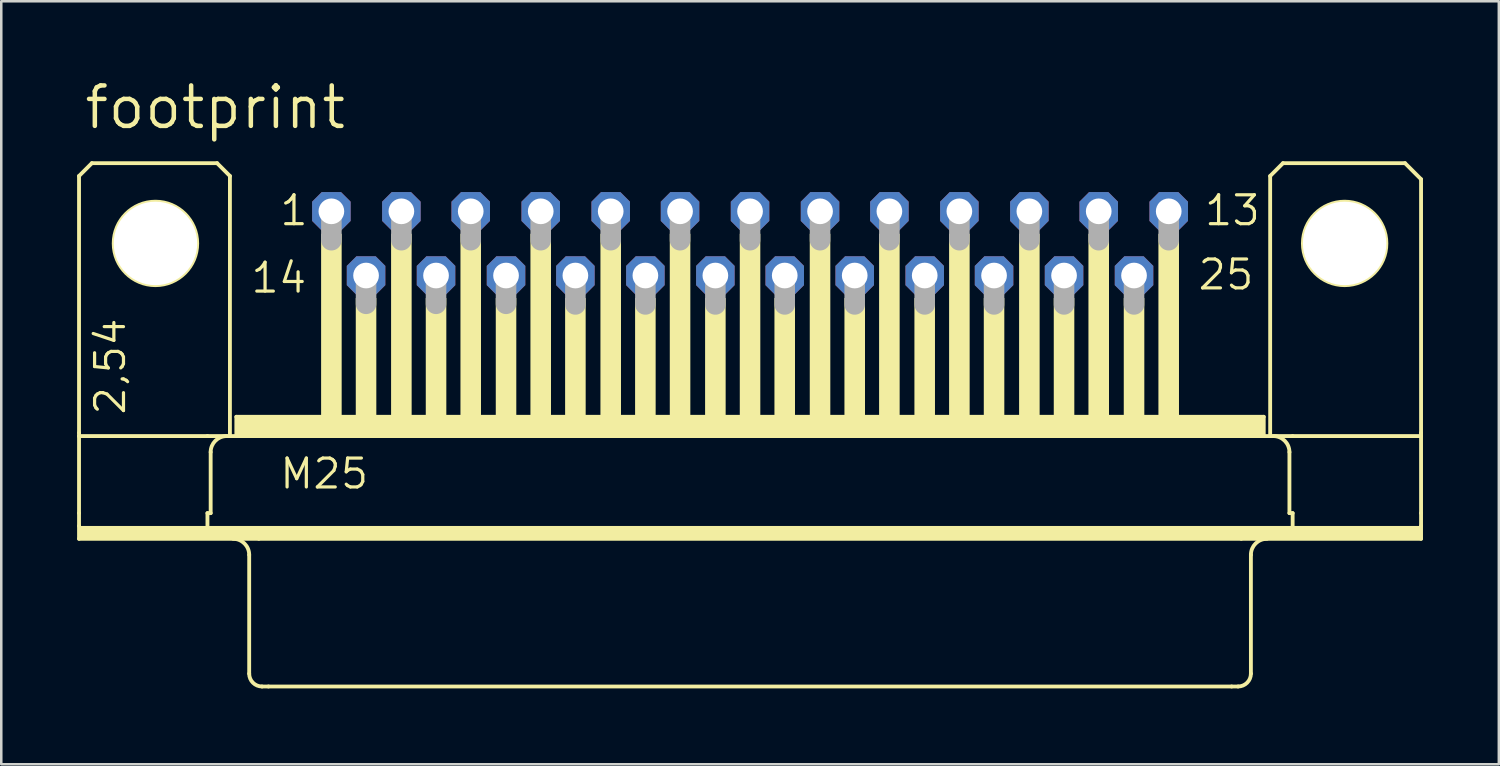
<source format=kicad_pcb>
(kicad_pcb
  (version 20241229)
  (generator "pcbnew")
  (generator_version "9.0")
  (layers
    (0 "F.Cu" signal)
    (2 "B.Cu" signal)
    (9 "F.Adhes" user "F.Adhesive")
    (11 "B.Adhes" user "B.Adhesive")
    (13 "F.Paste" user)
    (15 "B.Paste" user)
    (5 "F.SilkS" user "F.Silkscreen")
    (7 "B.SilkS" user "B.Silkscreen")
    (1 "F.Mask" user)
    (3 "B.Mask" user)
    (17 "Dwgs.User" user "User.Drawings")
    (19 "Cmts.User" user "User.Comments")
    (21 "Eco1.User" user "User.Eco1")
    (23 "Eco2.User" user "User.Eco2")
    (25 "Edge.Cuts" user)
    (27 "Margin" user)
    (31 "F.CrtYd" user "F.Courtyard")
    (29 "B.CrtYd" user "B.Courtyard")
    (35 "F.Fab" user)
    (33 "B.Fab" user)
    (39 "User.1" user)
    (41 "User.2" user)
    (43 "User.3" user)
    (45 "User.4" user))
  (footprint "footprint"
    (layer "F.Cu")
    (at 26.619 6.579)
    (property "Reference" "footprint" (at -26.416 -4.445 0) (layer "F.SilkS") (effects (font (size 1.6 1.6) (thickness 0.178)) (justify left bottom)))
    (fp_line (start -26.543 -2.667) (end -26.543 7.493) (stroke (width 0.152) (type solid)) (layer "F.SilkS"))
    (fp_line (start -26.543 7.62) (end -26.543 7.493) (stroke (width 0.152) (type solid)) (layer "F.SilkS"))
    (fp_line (start -26.543 10.668) (end -26.543 7.62) (stroke (width 0.152) (type solid)) (layer "F.SilkS"))
    (fp_line (start -26.543 11.176) (end -26.543 10.668) (stroke (width 0.152) (type solid)) (layer "F.SilkS"))
    (fp_line (start -26.543 11.684) (end -26.543 11.176) (stroke (width 0.152) (type solid)) (layer "F.SilkS"))
    (fp_line (start -26.035 -3.175) (end -26.543 -2.667) (stroke (width 0.152) (type solid)) (layer "F.SilkS"))
    (fp_line (start -21.463 7.62) (end -26.543 7.62) (stroke (width 0.152) (type solid)) (layer "F.SilkS"))
    (fp_line (start -21.463 10.668) (end -21.463 11.176) (stroke (width 0.152) (type solid)) (layer "F.SilkS"))
    (fp_line (start -21.336 8.255) (end -21.336 10.668) (stroke (width 0.152) (type solid)) (layer "F.SilkS"))
    (fp_line (start -21.336 10.668) (end -21.463 10.668) (stroke (width 0.152) (type solid)) (layer "F.SilkS"))
    (fp_line (start -21.082 -3.175) (end -26.035 -3.175) (stroke (width 0.152) (type solid)) (layer "F.SilkS"))
    (fp_line (start -20.574 -2.667) (end -21.082 -3.175) (stroke (width 0.152) (type solid)) (layer "F.SilkS"))
    (fp_line (start -20.574 -2.667) (end -20.574 7.62) (stroke (width 0.152) (type solid)) (layer "F.SilkS"))
    (fp_line (start -20.574 7.62) (end -21.463 7.62) (stroke (width 0.152) (type solid)) (layer "F.SilkS"))
    (fp_line (start -20.32 7.62) (end -20.574 7.62) (stroke (width 0.152) (type solid)) (layer "F.SilkS"))
    (fp_line (start -20.32 7.62) (end -20.32 6.858) (stroke (width 0.152) (type solid)) (layer "F.SilkS"))
    (fp_line (start -19.812 12.319) (end -19.812 17.018) (stroke (width 0.152) (type solid)) (layer "F.SilkS"))
    (fp_line (start -19.431 11.684) (end -26.543 11.684) (stroke (width 0.152) (type solid)) (layer "F.SilkS"))
    (fp_line (start -19.05 17.526) (end -19.304 17.526) (stroke (width 0.152) (type solid)) (layer "F.SilkS"))
    (fp_line (start 19.05 17.526) (end -19.05 17.526) (stroke (width 0.152) (type solid)) (layer "F.SilkS"))
    (fp_line (start 19.304 17.526) (end 19.05 17.526) (stroke (width 0.152) (type solid)) (layer "F.SilkS"))
    (fp_line (start 19.431 11.684) (end -19.431 11.684) (stroke (width 0.152) (type solid)) (layer "F.SilkS"))
    (fp_line (start 19.812 12.319) (end 19.812 17.018) (stroke (width 0.152) (type solid)) (layer "F.SilkS"))
    (fp_line (start 20.32 6.858) (end -20.32 6.858) (stroke (width 0.152) (type solid)) (layer "F.SilkS"))
    (fp_line (start 20.32 7.62) (end -20.32 7.62) (stroke (width 0.152) (type solid)) (layer "F.SilkS"))
    (fp_line (start 20.32 7.62) (end 20.32 6.858) (stroke (width 0.152) (type solid)) (layer "F.SilkS"))
    (fp_line (start 20.574 -2.667) (end 20.574 7.62) (stroke (width 0.152) (type solid)) (layer "F.SilkS"))
    (fp_line (start 20.574 7.62) (end 20.32 7.62) (stroke (width 0.152) (type solid)) (layer "F.SilkS"))
    (fp_line (start 21.082 -3.175) (end 20.574 -2.667) (stroke (width 0.152) (type solid)) (layer "F.SilkS"))
    (fp_line (start 21.082 -3.175) (end 25.908 -3.175) (stroke (width 0.152) (type solid)) (layer "F.SilkS"))
    (fp_line (start 21.336 8.255) (end 21.336 10.668) (stroke (width 0.152) (type solid)) (layer "F.SilkS"))
    (fp_line (start 21.463 7.62) (end 20.574 7.62) (stroke (width 0.152) (type solid)) (layer "F.SilkS"))
    (fp_line (start 21.463 10.668) (end 21.336 10.668) (stroke (width 0.152) (type solid)) (layer "F.SilkS"))
    (fp_line (start 21.463 10.668) (end 21.463 11.176) (stroke (width 0.152) (type solid)) (layer "F.SilkS"))
    (fp_line (start 25.908 -3.175) (end 26.543 -2.54) (stroke (width 0.152) (type solid)) (layer "F.SilkS"))
    (fp_line (start 26.543 -2.54) (end 26.543 7.493) (stroke (width 0.152) (type solid)) (layer "F.SilkS"))
    (fp_line (start 26.543 7.62) (end 21.463 7.62) (stroke (width 0.152) (type solid)) (layer "F.SilkS"))
    (fp_line (start 26.543 7.62) (end 26.543 7.493) (stroke (width 0.152) (type solid)) (layer "F.SilkS"))
    (fp_line (start 26.543 7.62) (end 26.543 10.668) (stroke (width 0.152) (type solid)) (layer "F.SilkS"))
    (fp_line (start 26.543 10.668) (end 26.543 11.176) (stroke (width 0.152) (type solid)) (layer "F.SilkS"))
    (fp_line (start 26.543 11.176) (end 26.543 11.684) (stroke (width 0.152) (type solid)) (layer "F.SilkS"))
    (fp_line (start 26.543 11.684) (end 19.431 11.684) (stroke (width 0.152) (type solid)) (layer "F.SilkS"))
    (fp_arc (start -21.336 8.255) (mid -21.150013 7.805987) (end -20.701 7.62) (stroke (width 0.1524) (type solid)) (layer "F.SilkS"))
    (fp_arc (start -20.447 11.684) (mid -19.997987 11.869987) (end -19.812 12.319) (stroke (width 0.1524) (type solid)) (layer "F.SilkS"))
    (fp_arc (start -19.304 17.526) (mid -19.66321 17.37721) (end -19.812 17.018) (stroke (width 0.1524) (type solid)) (layer "F.SilkS"))
    (fp_arc (start 19.812 12.319) (mid 19.997987 11.869987) (end 20.447 11.684) (stroke (width 0.1524) (type solid)) (layer "F.SilkS"))
    (fp_arc (start 19.812 17.018) (mid 19.66321 17.37721) (end 19.304 17.526) (stroke (width 0.1524) (type solid)) (layer "F.SilkS"))
    (fp_arc (start 20.701 7.62) (mid 21.150013 7.805987) (end 21.336 8.255) (stroke (width 0.1524) (type solid)) (layer "F.SilkS"))
    (fp_circle (center -23.52 0) (end -21.869 0) (stroke (width 0.152) (type solid)) (fill no) (layer "F.SilkS"))
    (fp_circle (center 23.52 0) (end 25.171 0) (stroke (width 0.152) (type solid)) (fill no) (layer "F.SilkS"))
    (fp_poly (pts (xy -26.543 11.684) (xy 26.543 11.684) (xy 26.543 11.176) (xy -26.543 11.176)) (stroke (width 0) (type solid)) (fill yes) (layer "F.SilkS"))
    (fp_poly (pts (xy -20.32 7.62) (xy 20.32 7.62) (xy 20.32 6.858) (xy -20.32 6.858)) (stroke (width 0) (type solid)) (fill yes) (layer "F.SilkS"))
    (fp_poly (pts (xy -16.967 6.858) (xy -16.154 6.858) (xy -16.154 -0.381) (xy -16.967 -0.381)) (stroke (width 0) (type solid)) (fill yes) (layer "F.SilkS"))
    (fp_poly (pts (xy -15.596 6.858) (xy -14.783 6.858) (xy -14.783 2.159) (xy -15.596 2.159)) (stroke (width 0) (type solid)) (fill yes) (layer "F.SilkS"))
    (fp_poly (pts (xy -14.199 6.858) (xy -13.386 6.858) (xy -13.386 -0.381) (xy -14.199 -0.381)) (stroke (width 0) (type solid)) (fill yes) (layer "F.SilkS"))
    (fp_poly (pts (xy -12.827 6.858) (xy -12.014 6.858) (xy -12.014 2.159) (xy -12.827 2.159)) (stroke (width 0) (type solid)) (fill yes) (layer "F.SilkS"))
    (fp_poly (pts (xy -11.455 6.858) (xy -10.643 6.858) (xy -10.643 -0.381) (xy -11.455 -0.381)) (stroke (width 0) (type solid)) (fill yes) (layer "F.SilkS"))
    (fp_poly (pts (xy -10.058 6.858) (xy -9.246 6.858) (xy -9.246 2.159) (xy -10.058 2.159)) (stroke (width 0) (type solid)) (fill yes) (layer "F.SilkS"))
    (fp_poly (pts (xy -8.687 6.858) (xy -7.874 6.858) (xy -7.874 -0.381) (xy -8.687 -0.381)) (stroke (width 0) (type solid)) (fill yes) (layer "F.SilkS"))
    (fp_poly (pts (xy -7.315 6.858) (xy -6.502 6.858) (xy -6.502 2.159) (xy -7.315 2.159)) (stroke (width 0) (type solid)) (fill yes) (layer "F.SilkS"))
    (fp_poly (pts (xy -5.918 6.858) (xy -5.105 6.858) (xy -5.105 -0.381) (xy -5.918 -0.381)) (stroke (width 0) (type solid)) (fill yes) (layer "F.SilkS"))
    (fp_poly (pts (xy -4.547 6.858) (xy -3.734 6.858) (xy -3.734 2.159) (xy -4.547 2.159)) (stroke (width 0) (type solid)) (fill yes) (layer "F.SilkS"))
    (fp_poly (pts (xy -3.175 6.858) (xy -2.362 6.858) (xy -2.362 -0.381) (xy -3.175 -0.381)) (stroke (width 0) (type solid)) (fill yes) (layer "F.SilkS"))
    (fp_poly (pts (xy -1.778 6.858) (xy -0.965 6.858) (xy -0.965 2.159) (xy -1.778 2.159)) (stroke (width 0) (type solid)) (fill yes) (layer "F.SilkS"))
    (fp_poly (pts (xy -0.406 6.858) (xy 0.406 6.858) (xy 0.406 -0.381) (xy -0.406 -0.381)) (stroke (width 0) (type solid)) (fill yes) (layer "F.SilkS"))
    (fp_poly (pts (xy 0.965 6.858) (xy 1.778 6.858) (xy 1.778 2.159) (xy 0.965 2.159)) (stroke (width 0) (type solid)) (fill yes) (layer "F.SilkS"))
    (fp_poly (pts (xy 2.362 6.858) (xy 3.175 6.858) (xy 3.175 -0.381) (xy 2.362 -0.381)) (stroke (width 0) (type solid)) (fill yes) (layer "F.SilkS"))
    (fp_poly (pts (xy 3.734 6.858) (xy 4.547 6.858) (xy 4.547 2.159) (xy 3.734 2.159)) (stroke (width 0) (type solid)) (fill yes) (layer "F.SilkS"))
    (fp_poly (pts (xy 5.105 6.858) (xy 5.918 6.858) (xy 5.918 -0.381) (xy 5.105 -0.381)) (stroke (width 0) (type solid)) (fill yes) (layer "F.SilkS"))
    (fp_poly (pts (xy 6.502 6.858) (xy 7.315 6.858) (xy 7.315 2.159) (xy 6.502 2.159)) (stroke (width 0) (type solid)) (fill yes) (layer "F.SilkS"))
    (fp_poly (pts (xy 7.874 6.858) (xy 8.687 6.858) (xy 8.687 -0.381) (xy 7.874 -0.381)) (stroke (width 0) (type solid)) (fill yes) (layer "F.SilkS"))
    (fp_poly (pts (xy 9.246 6.858) (xy 10.058 6.858) (xy 10.058 2.159) (xy 9.246 2.159)) (stroke (width 0) (type solid)) (fill yes) (layer "F.SilkS"))
    (fp_poly (pts (xy 10.643 6.858) (xy 11.455 6.858) (xy 11.455 -0.381) (xy 10.643 -0.381)) (stroke (width 0) (type solid)) (fill yes) (layer "F.SilkS"))
    (fp_poly (pts (xy 12.014 6.858) (xy 12.827 6.858) (xy 12.827 2.159) (xy 12.014 2.159)) (stroke (width 0) (type solid)) (fill yes) (layer "F.SilkS"))
    (fp_poly (pts (xy 13.386 6.858) (xy 14.199 6.858) (xy 14.199 -0.381) (xy 13.386 -0.381)) (stroke (width 0) (type solid)) (fill yes) (layer "F.SilkS"))
    (fp_poly (pts (xy 14.783 6.858) (xy 15.596 6.858) (xy 15.596 2.159) (xy 14.783 2.159)) (stroke (width 0) (type solid)) (fill yes) (layer "F.SilkS"))
    (fp_poly (pts (xy 16.154 6.858) (xy 16.967 6.858) (xy 16.967 -0.381) (xy 16.154 -0.381)) (stroke (width 0) (type solid)) (fill yes) (layer "F.SilkS"))
    (fp_line (start -16.561 -1.143) (end -16.561 -0.127) (stroke (width 0.813) (type solid)) (layer "F.Fab"))
    (fp_line (start -15.189 1.372) (end -15.189 2.388) (stroke (width 0.813) (type solid)) (layer "F.Fab"))
    (fp_line (start -13.792 -1.143) (end -13.792 -0.127) (stroke (width 0.813) (type solid)) (layer "F.Fab"))
    (fp_line (start -12.421 1.372) (end -12.421 2.388) (stroke (width 0.813) (type solid)) (layer "F.Fab"))
    (fp_line (start -11.049 -1.143) (end -11.049 -0.127) (stroke (width 0.813) (type solid)) (layer "F.Fab"))
    (fp_line (start -9.652 1.372) (end -9.652 2.388) (stroke (width 0.813) (type solid)) (layer "F.Fab"))
    (fp_line (start -8.28 -1.143) (end -8.28 -0.127) (stroke (width 0.813) (type solid)) (layer "F.Fab"))
    (fp_line (start -6.909 1.397) (end -6.909 2.413) (stroke (width 0.813) (type solid)) (layer "F.Fab"))
    (fp_line (start -5.512 -1.143) (end -5.512 -0.127) (stroke (width 0.813) (type solid)) (layer "F.Fab"))
    (fp_line (start -4.14 1.397) (end -4.14 2.413) (stroke (width 0.813) (type solid)) (layer "F.Fab"))
    (fp_line (start -2.769 -1.143) (end -2.769 -0.127) (stroke (width 0.813) (type solid)) (layer "F.Fab"))
    (fp_line (start -1.372 1.397) (end -1.372 2.413) (stroke (width 0.813) (type solid)) (layer "F.Fab"))
    (fp_line (start 0 -1.143) (end 0 -0.127) (stroke (width 0.813) (type solid)) (layer "F.Fab"))
    (fp_line (start 1.372 1.397) (end 1.372 2.413) (stroke (width 0.813) (type solid)) (layer "F.Fab"))
    (fp_line (start 2.769 -1.143) (end 2.769 -0.127) (stroke (width 0.813) (type solid)) (layer "F.Fab"))
    (fp_line (start 4.14 1.397) (end 4.14 2.413) (stroke (width 0.813) (type solid)) (layer "F.Fab"))
    (fp_line (start 5.512 -1.143) (end 5.512 -0.127) (stroke (width 0.813) (type solid)) (layer "F.Fab"))
    (fp_line (start 6.909 1.397) (end 6.909 2.413) (stroke (width 0.813) (type solid)) (layer "F.Fab"))
    (fp_line (start 8.28 -1.143) (end 8.28 -0.127) (stroke (width 0.813) (type solid)) (layer "F.Fab"))
    (fp_line (start 9.652 1.397) (end 9.652 2.413) (stroke (width 0.813) (type solid)) (layer "F.Fab"))
    (fp_line (start 11.049 -1.143) (end 11.049 -0.127) (stroke (width 0.813) (type solid)) (layer "F.Fab"))
    (fp_line (start 12.421 1.397) (end 12.421 2.413) (stroke (width 0.813) (type solid)) (layer "F.Fab"))
    (fp_line (start 13.792 -1.143) (end 13.792 -0.127) (stroke (width 0.813) (type solid)) (layer "F.Fab"))
    (fp_line (start 15.189 1.397) (end 15.189 2.413) (stroke (width 0.813) (type solid)) (layer "F.Fab"))
    (fp_line (start 16.561 -1.143) (end 16.561 -0.127) (stroke (width 0.813) (type solid)) (layer "F.Fab"))
    (fp_text user "25" (at 17.653 1.905 0) (layer "F.SilkS") (effects (font (size 1.143 1.143) (thickness 0.127)) (justify left bottom)))
    (fp_text user "M25" (at -18.669 9.779 0) (layer "F.SilkS") (effects (font (size 1.143 1.143) (thickness 0.127)) (justify left bottom)))
    (fp_text user "14" (at -19.812 2.032 0) (layer "F.SilkS") (effects (font (size 1.143 1.143) (thickness 0.127)) (justify left bottom)))
    (fp_text user "13" (at 17.907 -0.635 0) (layer "F.SilkS") (effects (font (size 1.143 1.143) (thickness 0.127)) (justify left bottom)))
    (fp_text user "1" (at -18.669 -0.635 0) (layer "F.SilkS") (effects (font (size 1.143 1.143) (thickness 0.127)) (justify left bottom)))
    (fp_text user "2,54" (at -24.638 6.858 90) (layer "F.SilkS") (effects (font (size 1.143 1.143) (thickness 0.127)) (justify left bottom)))
    (pad "" np_thru_hole circle (at -23.52 0) (size 3.302 3.302) (drill 3.302) (layers "*.Cu" "*.Mask"))
    (pad "" np_thru_hole circle (at 23.52 0) (size 3.302 3.302) (drill 3.302) (layers "*.Cu" "*.Mask"))
    (pad "1" thru_hole roundrect (at -16.561 -1.27) (size 1.524 1.524) (drill 1.016) (layers "*.Cu" "*.Mask") (roundrect_rratio 0.25) (chamfer_ratio 0.25) (chamfer top_left top_right bottom_left bottom_right))
    (pad "2" thru_hole roundrect (at -13.792 -1.27) (size 1.524 1.524) (drill 1.016) (layers "*.Cu" "*.Mask") (roundrect_rratio 0.25) (chamfer_ratio 0.25) (chamfer top_left top_right bottom_left bottom_right))
    (pad "3" thru_hole roundrect (at -11.049 -1.27) (size 1.524 1.524) (drill 1.016) (layers "*.Cu" "*.Mask") (roundrect_rratio 0.25) (chamfer_ratio 0.25) (chamfer top_left top_right bottom_left bottom_right))
    (pad "4" thru_hole roundrect (at -8.28 -1.27) (size 1.524 1.524) (drill 1.016) (layers "*.Cu" "*.Mask") (roundrect_rratio 0.25) (chamfer_ratio 0.25) (chamfer top_left top_right bottom_left bottom_right))
    (pad "5" thru_hole roundrect (at -5.512 -1.27) (size 1.524 1.524) (drill 1.016) (layers "*.Cu" "*.Mask") (roundrect_rratio 0.25) (chamfer_ratio 0.25) (chamfer top_left top_right bottom_left bottom_right))
    (pad "6" thru_hole roundrect (at -2.769 -1.27) (size 1.524 1.524) (drill 1.016) (layers "*.Cu" "*.Mask") (roundrect_rratio 0.25) (chamfer_ratio 0.25) (chamfer top_left top_right bottom_left bottom_right))
    (pad "7" thru_hole roundrect (at 0 -1.27) (size 1.524 1.524) (drill 1.016) (layers "*.Cu" "*.Mask") (roundrect_rratio 0.25) (chamfer_ratio 0.25) (chamfer top_left top_right bottom_left bottom_right))
    (pad "8" thru_hole roundrect (at 2.769 -1.27) (size 1.524 1.524) (drill 1.016) (layers "*.Cu" "*.Mask") (roundrect_rratio 0.25) (chamfer_ratio 0.25) (chamfer top_left top_right bottom_left bottom_right))
    (pad "9" thru_hole roundrect (at 5.512 -1.27) (size 1.524 1.524) (drill 1.016) (layers "*.Cu" "*.Mask") (roundrect_rratio 0.25) (chamfer_ratio 0.25) (chamfer top_left top_right bottom_left bottom_right))
    (pad "10" thru_hole roundrect (at 8.28 -1.27) (size 1.524 1.524) (drill 1.016) (layers "*.Cu" "*.Mask") (roundrect_rratio 0.25) (chamfer_ratio 0.25) (chamfer top_left top_right bottom_left bottom_right))
    (pad "11" thru_hole roundrect (at 11.049 -1.27) (size 1.524 1.524) (drill 1.016) (layers "*.Cu" "*.Mask") (roundrect_rratio 0.25) (chamfer_ratio 0.25) (chamfer top_left top_right bottom_left bottom_right))
    (pad "12" thru_hole roundrect (at 13.792 -1.27) (size 1.524 1.524) (drill 1.016) (layers "*.Cu" "*.Mask") (roundrect_rratio 0.25) (chamfer_ratio 0.25) (chamfer top_left top_right bottom_left bottom_right))
    (pad "13" thru_hole roundrect (at 16.561 -1.27) (size 1.524 1.524) (drill 1.016) (layers "*.Cu" "*.Mask") (roundrect_rratio 0.25) (chamfer_ratio 0.25) (chamfer top_left top_right bottom_left bottom_right))
    (pad "14" thru_hole roundrect (at -15.189 1.27) (size 1.524 1.524) (drill 1.016) (layers "*.Cu" "*.Mask") (roundrect_rratio 0.25) (chamfer_ratio 0.25) (chamfer top_left top_right bottom_left bottom_right))
    (pad "15" thru_hole roundrect (at -12.421 1.27) (size 1.524 1.524) (drill 1.016) (layers "*.Cu" "*.Mask") (roundrect_rratio 0.25) (chamfer_ratio 0.25) (chamfer top_left top_right bottom_left bottom_right))
    (pad "16" thru_hole roundrect (at -9.652 1.27) (size 1.524 1.524) (drill 1.016) (layers "*.Cu" "*.Mask") (roundrect_rratio 0.25) (chamfer_ratio 0.25) (chamfer top_left top_right bottom_left bottom_right))
    (pad "17" thru_hole roundrect (at -6.909 1.27) (size 1.524 1.524) (drill 1.016) (layers "*.Cu" "*.Mask") (roundrect_rratio 0.25) (chamfer_ratio 0.25) (chamfer top_left top_right bottom_left bottom_right))
    (pad "18" thru_hole roundrect (at -4.14 1.27) (size 1.524 1.524) (drill 1.016) (layers "*.Cu" "*.Mask") (roundrect_rratio 0.25) (chamfer_ratio 0.25) (chamfer top_left top_right bottom_left bottom_right))
    (pad "19" thru_hole roundrect (at -1.372 1.27) (size 1.524 1.524) (drill 1.016) (layers "*.Cu" "*.Mask") (roundrect_rratio 0.25) (chamfer_ratio 0.25) (chamfer top_left top_right bottom_left bottom_right))
    (pad "20" thru_hole roundrect (at 1.372 1.27) (size 1.524 1.524) (drill 1.016) (layers "*.Cu" "*.Mask") (roundrect_rratio 0.25) (chamfer_ratio 0.25) (chamfer top_left top_right bottom_left bottom_right))
    (pad "21" thru_hole roundrect (at 4.14 1.27) (size 1.524 1.524) (drill 1.016) (layers "*.Cu" "*.Mask") (roundrect_rratio 0.25) (chamfer_ratio 0.25) (chamfer top_left top_right bottom_left bottom_right))
    (pad "22" thru_hole roundrect (at 6.909 1.27) (size 1.524 1.524) (drill 1.016) (layers "*.Cu" "*.Mask") (roundrect_rratio 0.25) (chamfer_ratio 0.25) (chamfer top_left top_right bottom_left bottom_right))
    (pad "23" thru_hole roundrect (at 9.652 1.27) (size 1.524 1.524) (drill 1.016) (layers "*.Cu" "*.Mask") (roundrect_rratio 0.25) (chamfer_ratio 0.25) (chamfer top_left top_right bottom_left bottom_right))
    (pad "24" thru_hole roundrect (at 12.421 1.27) (size 1.524 1.524) (drill 1.016) (layers "*.Cu" "*.Mask") (roundrect_rratio 0.25) (chamfer_ratio 0.25) (chamfer top_left top_right bottom_left bottom_right))
    (pad "25" thru_hole roundrect (at 15.189 1.27) (size 1.524 1.524) (drill 1.016) (layers "*.Cu" "*.Mask") (roundrect_rratio 0.25) (chamfer_ratio 0.25) (chamfer top_left top_right bottom_left bottom_right))
    (zone (net_name "") (layers "F.Cu" "B.Cu") (hatch edge 0.508) (connect_pads) (min_thickness 0.254) (filled_areas_thickness no) (keepout (tracks allowed) (vias not_allowed) (pads allowed) (copperpour allowed) (footprints allowed)) (placement (enabled no)) (fill) (polygon (pts (xy 5.766 6.579) (xy 5.725 6.115) (xy 5.605 5.666) (xy 5.408 5.245) (xy 5.142 4.864) (xy 4.813 4.536) (xy 4.432 4.269) (xy 4.011 4.072) (xy 3.562 3.952) (xy 3.099 3.912) (xy 2.636 3.952) (xy 2.187 4.072) (xy 1.765 4.269) (xy 1.384 4.536) (xy 1.056 4.864) (xy 0.789 5.245) (xy 0.593 5.666) (xy 0.472 6.115) (xy 0.432 6.579) (xy 0.472 7.042) (xy 0.593 7.491) (xy 0.789 7.912) (xy 1.056 8.293) (xy 1.384 8.622) (xy 1.765 8.888) (xy 2.187 9.085) (xy 2.636 9.205) (xy 3.099 9.246) (xy 3.562 9.205) (xy 4.011 9.085) (xy 4.432 8.888) (xy 4.813 8.622) (xy 5.142 8.293) (xy 5.408 7.912) (xy 5.605 7.491) (xy 5.725 7.042))))
    (zone (net_name "") (layers "F.Cu" "B.Cu") (hatch edge 0.508) (connect_pads) (min_thickness 0.254) (filled_areas_thickness no) (keepout (tracks allowed) (vias not_allowed) (pads allowed) (copperpour allowed) (footprints allowed)) (placement (enabled no)) (fill) (polygon (pts (xy 52.807 6.579) (xy 52.766 6.115) (xy 52.646 5.666) (xy 52.449 5.245) (xy 52.183 4.864) (xy 51.854 4.536) (xy 51.473 4.269) (xy 51.052 4.072) (xy 50.603 3.952) (xy 50.14 3.912) (xy 49.676 3.952) (xy 49.227 4.072) (xy 48.806 4.269) (xy 48.425 4.536) (xy 48.097 4.864) (xy 47.83 5.245) (xy 47.633 5.666) (xy 47.513 6.115) (xy 47.473 6.579) (xy 47.513 7.042) (xy 47.633 7.491) (xy 47.83 7.912) (xy 48.097 8.293) (xy 48.425 8.622) (xy 48.806 8.888) (xy 49.227 9.085) (xy 49.676 9.205) (xy 50.14 9.246) (xy 50.603 9.205) (xy 51.052 9.085) (xy 51.473 8.888) (xy 51.854 8.622) (xy 52.183 8.293) (xy 52.449 7.912) (xy 52.646 7.491) (xy 52.766 7.042))))
    (zone (net_name "") (layer "B.Cu") (hatch edge 0.508) (connect_pads) (min_thickness 0.254) (filled_areas_thickness no) (keepout (tracks not_allowed) (vias not_allowed) (pads not_allowed) (copperpour not_allowed) (footprints allowed)) (placement (enabled no)) (fill) (polygon (pts (xy 5.766 6.579) (xy 5.725 6.115) (xy 5.605 5.666) (xy 5.408 5.245) (xy 5.142 4.864) (xy 4.813 4.536) (xy 4.432 4.269) (xy 4.011 4.072) (xy 3.562 3.952) (xy 3.099 3.912) (xy 2.636 3.952) (xy 2.187 4.072) (xy 1.765 4.269) (xy 1.384 4.536) (xy 1.056 4.864) (xy 0.789 5.245) (xy 0.593 5.666) (xy 0.472 6.115) (xy 0.432 6.579) (xy 0.472 7.042) (xy 0.593 7.491) (xy 0.789 7.912) (xy 1.056 8.293) (xy 1.384 8.622) (xy 1.765 8.888) (xy 2.187 9.085) (xy 2.636 9.205) (xy 3.099 9.246) (xy 3.562 9.205) (xy 4.011 9.085) (xy 4.432 8.888) (xy 4.813 8.622) (xy 5.142 8.293) (xy 5.408 7.912) (xy 5.605 7.491) (xy 5.725 7.042))))
    (zone (net_name "") (layer "B.Cu") (hatch edge 0.508) (connect_pads) (min_thickness 0.254) (filled_areas_thickness no) (keepout (tracks not_allowed) (vias not_allowed) (pads not_allowed) (copperpour not_allowed) (footprints allowed)) (placement (enabled no)) (fill) (polygon (pts (xy 52.807 6.579) (xy 52.766 6.115) (xy 52.646 5.666) (xy 52.449 5.245) (xy 52.183 4.864) (xy 51.854 4.536) (xy 51.473 4.269) (xy 51.052 4.072) (xy 50.603 3.952) (xy 50.14 3.912) (xy 49.676 3.952) (xy 49.227 4.072) (xy 48.806 4.269) (xy 48.425 4.536) (xy 48.097 4.864) (xy 47.83 5.245) (xy 47.633 5.666) (xy 47.513 6.115) (xy 47.473 6.579) (xy 47.513 7.042) (xy 47.633 7.491) (xy 47.83 7.912) (xy 48.097 8.293) (xy 48.425 8.622) (xy 48.806 8.888) (xy 49.227 9.085) (xy 49.676 9.205) (xy 50.14 9.246) (xy 50.603 9.205) (xy 51.052 9.085) (xy 51.473 8.888) (xy 51.854 8.622) (xy 52.183 8.293) (xy 52.449 7.912) (xy 52.646 7.491) (xy 52.766 7.042)))))
  (gr_rect
    (start -3 -3)
    (end 56.238 27.181)
    (stroke (width 0.1) (type default))
    (fill no)
    (layer "Edge.Cuts")))
</source>
